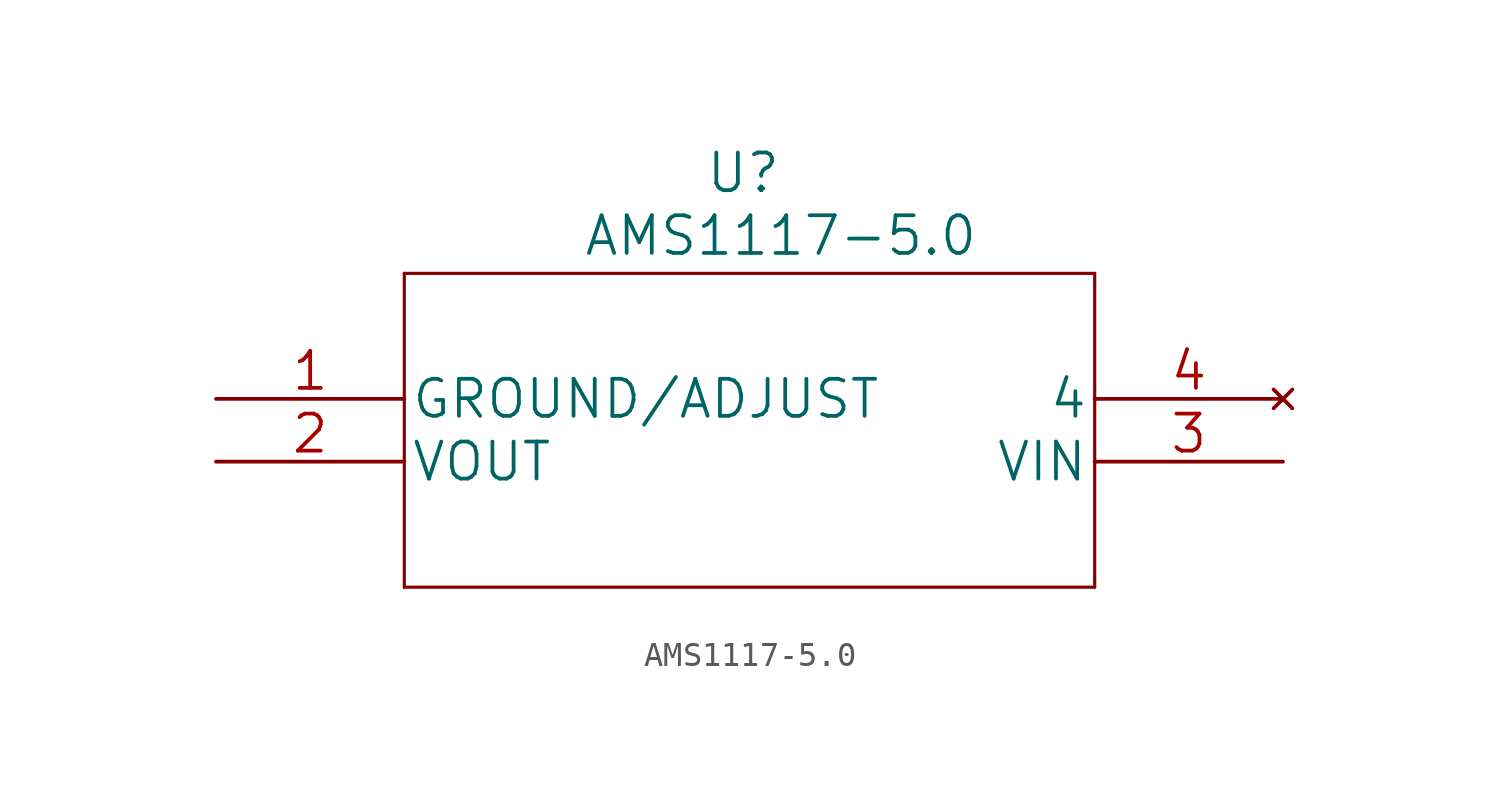
<source format=kicad_sym>
(kicad_symbol_lib
  (version 20211014)
  (generator kicad_symbol_editor)
  (symbol "AMS1117-5.0"
    (pin_names
      (offset 0.254))
    (property "Reference" "U"
      (at 21.336 9.144 0)
      (effects (font (size 1.524 1.524))))
    (property "Value" "AMS1117-5.0"
      (at 22.86 6.604 0)
      (effects (font (size 1.524 1.524))))
    (symbol "AMS1117-5.0_1_1"
      (polyline (pts (xy 7.62 -7.62) (xy 35.56 -7.62)) (stroke (width 0.127) (type default) (color 0 0 0 0)) (fill (type none)))
      (polyline (pts (xy 7.62 5.08) (xy 7.62 -7.62)) (stroke (width 0.127) (type default) (color 0 0 0 0)) (fill (type none)))
      (polyline (pts (xy 35.56 -7.62) (xy 35.56 5.08)) (stroke (width 0.127) (type default) (color 0 0 0 0)) (fill (type none)))
      (polyline (pts (xy 35.56 5.08) (xy 7.62 5.08)) (stroke (width 0.127) (type default) (color 0 0 0 0)) (fill (type none)))
      (pin power_in line (at 0 0 0) (length 7.62) (name "GROUND/ADJUST" (effects (font (size 1.499 1.499)))) (number "1" (effects (font (size 1.499 1.499)))))
      (pin output line (at 0 -2.54 0) (length 7.62) (name "VOUT" (effects (font (size 1.499 1.499)))) (number "2" (effects (font (size 1.499 1.499)))))
      (pin passive line (at 43.18 -2.54 180) (length 7.62) (name "VIN" (effects (font (size 1.499 1.499)))) (number "3" (effects (font (size 1.499 1.499)))))
      (pin no_connect line (at 43.18 0 180) (length 7.62) (name "4" (effects (font (size 1.499 1.499)))) (number "4" (effects (font (size 1.499 1.499))))))))
</source>
